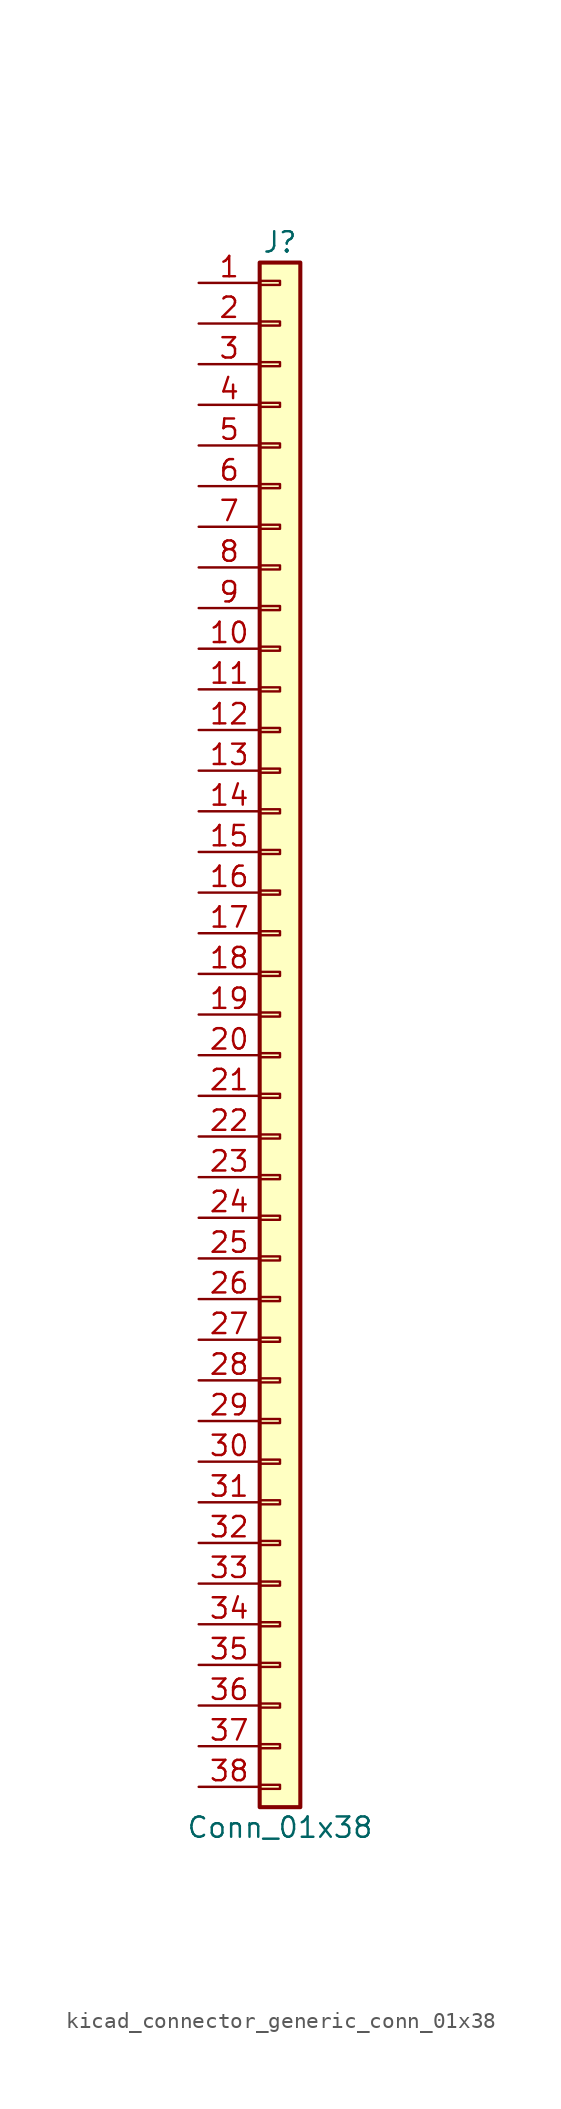
<source format=kicad_sym>
(kicad_symbol_lib
  (version 20220914)
  (generator kicad_symbol_editor)
  (symbol "kicad_connector_generic_conn_01x38"
    (pin_names
      (offset 1.016) hide)
    (property "Reference" "J"
      (at 0 48.26 0)
      (effects (font (size 1.27 1.27))))
    (property "Value" "Conn_01x38"
      (at 0 -50.8 0)
      (effects (font (size 1.27 1.27))))
    (symbol "kicad_connector_generic_conn_01x38_1_1"
      (rectangle (start -1.27 -48.133) (end 0 -48.387) (stroke (width 0.152) (type default)) (fill (type none)))
      (rectangle (start -1.27 -45.593) (end 0 -45.847) (stroke (width 0.152) (type default)) (fill (type none)))
      (rectangle (start -1.27 -43.053) (end 0 -43.307) (stroke (width 0.152) (type default)) (fill (type none)))
      (rectangle (start -1.27 -40.513) (end 0 -40.767) (stroke (width 0.152) (type default)) (fill (type none)))
      (rectangle (start -1.27 -37.973) (end 0 -38.227) (stroke (width 0.152) (type default)) (fill (type none)))
      (rectangle (start -1.27 -35.433) (end 0 -35.687) (stroke (width 0.152) (type default)) (fill (type none)))
      (rectangle (start -1.27 -32.893) (end 0 -33.147) (stroke (width 0.152) (type default)) (fill (type none)))
      (rectangle (start -1.27 -30.353) (end 0 -30.607) (stroke (width 0.152) (type default)) (fill (type none)))
      (rectangle (start -1.27 -27.813) (end 0 -28.067) (stroke (width 0.152) (type default)) (fill (type none)))
      (rectangle (start -1.27 -25.273) (end 0 -25.527) (stroke (width 0.152) (type default)) (fill (type none)))
      (rectangle (start -1.27 -22.733) (end 0 -22.987) (stroke (width 0.152) (type default)) (fill (type none)))
      (rectangle (start -1.27 -20.193) (end 0 -20.447) (stroke (width 0.152) (type default)) (fill (type none)))
      (rectangle (start -1.27 -17.653) (end 0 -17.907) (stroke (width 0.152) (type default)) (fill (type none)))
      (rectangle (start -1.27 -15.113) (end 0 -15.367) (stroke (width 0.152) (type default)) (fill (type none)))
      (rectangle (start -1.27 -12.573) (end 0 -12.827) (stroke (width 0.152) (type default)) (fill (type none)))
      (rectangle (start -1.27 -10.033) (end 0 -10.287) (stroke (width 0.152) (type default)) (fill (type none)))
      (rectangle (start -1.27 -7.493) (end 0 -7.747) (stroke (width 0.152) (type default)) (fill (type none)))
      (rectangle (start -1.27 -4.953) (end 0 -5.207) (stroke (width 0.152) (type default)) (fill (type none)))
      (rectangle (start -1.27 -2.413) (end 0 -2.667) (stroke (width 0.152) (type default)) (fill (type none)))
      (rectangle (start -1.27 0.127) (end 0 -0.127) (stroke (width 0.152) (type default)) (fill (type none)))
      (rectangle (start -1.27 2.667) (end 0 2.413) (stroke (width 0.152) (type default)) (fill (type none)))
      (rectangle (start -1.27 5.207) (end 0 4.953) (stroke (width 0.152) (type default)) (fill (type none)))
      (rectangle (start -1.27 7.747) (end 0 7.493) (stroke (width 0.152) (type default)) (fill (type none)))
      (rectangle (start -1.27 10.287) (end 0 10.033) (stroke (width 0.152) (type default)) (fill (type none)))
      (rectangle (start -1.27 12.827) (end 0 12.573) (stroke (width 0.152) (type default)) (fill (type none)))
      (rectangle (start -1.27 15.367) (end 0 15.113) (stroke (width 0.152) (type default)) (fill (type none)))
      (rectangle (start -1.27 17.907) (end 0 17.653) (stroke (width 0.152) (type default)) (fill (type none)))
      (rectangle (start -1.27 20.447) (end 0 20.193) (stroke (width 0.152) (type default)) (fill (type none)))
      (rectangle (start -1.27 22.987) (end 0 22.733) (stroke (width 0.152) (type default)) (fill (type none)))
      (rectangle (start -1.27 25.527) (end 0 25.273) (stroke (width 0.152) (type default)) (fill (type none)))
      (rectangle (start -1.27 28.067) (end 0 27.813) (stroke (width 0.152) (type default)) (fill (type none)))
      (rectangle (start -1.27 30.607) (end 0 30.353) (stroke (width 0.152) (type default)) (fill (type none)))
      (rectangle (start -1.27 33.147) (end 0 32.893) (stroke (width 0.152) (type default)) (fill (type none)))
      (rectangle (start -1.27 35.687) (end 0 35.433) (stroke (width 0.152) (type default)) (fill (type none)))
      (rectangle (start -1.27 38.227) (end 0 37.973) (stroke (width 0.152) (type default)) (fill (type none)))
      (rectangle (start -1.27 40.767) (end 0 40.513) (stroke (width 0.152) (type default)) (fill (type none)))
      (rectangle (start -1.27 43.307) (end 0 43.053) (stroke (width 0.152) (type default)) (fill (type none)))
      (rectangle (start -1.27 45.847) (end 0 45.593) (stroke (width 0.152) (type default)) (fill (type none)))
      (rectangle (start -1.27 46.99) (end 1.27 -49.53) (stroke (width 0.254) (type default)) (fill (type background)))
      (pin passive line (at -5.08 45.72 0) (length 3.81) (name "Pin_1" (effects (font (size 1.27 1.27)))) (number "1" (effects (font (size 1.27 1.27)))))
      (pin passive line (at -5.08 22.86 0) (length 3.81) (name "Pin_10" (effects (font (size 1.27 1.27)))) (number "10" (effects (font (size 1.27 1.27)))))
      (pin passive line (at -5.08 20.32 0) (length 3.81) (name "Pin_11" (effects (font (size 1.27 1.27)))) (number "11" (effects (font (size 1.27 1.27)))))
      (pin passive line (at -5.08 17.78 0) (length 3.81) (name "Pin_12" (effects (font (size 1.27 1.27)))) (number "12" (effects (font (size 1.27 1.27)))))
      (pin passive line (at -5.08 15.24 0) (length 3.81) (name "Pin_13" (effects (font (size 1.27 1.27)))) (number "13" (effects (font (size 1.27 1.27)))))
      (pin passive line (at -5.08 12.7 0) (length 3.81) (name "Pin_14" (effects (font (size 1.27 1.27)))) (number "14" (effects (font (size 1.27 1.27)))))
      (pin passive line (at -5.08 10.16 0) (length 3.81) (name "Pin_15" (effects (font (size 1.27 1.27)))) (number "15" (effects (font (size 1.27 1.27)))))
      (pin passive line (at -5.08 7.62 0) (length 3.81) (name "Pin_16" (effects (font (size 1.27 1.27)))) (number "16" (effects (font (size 1.27 1.27)))))
      (pin passive line (at -5.08 5.08 0) (length 3.81) (name "Pin_17" (effects (font (size 1.27 1.27)))) (number "17" (effects (font (size 1.27 1.27)))))
      (pin passive line (at -5.08 2.54 0) (length 3.81) (name "Pin_18" (effects (font (size 1.27 1.27)))) (number "18" (effects (font (size 1.27 1.27)))))
      (pin passive line (at -5.08 0 0) (length 3.81) (name "Pin_19" (effects (font (size 1.27 1.27)))) (number "19" (effects (font (size 1.27 1.27)))))
      (pin passive line (at -5.08 43.18 0) (length 3.81) (name "Pin_2" (effects (font (size 1.27 1.27)))) (number "2" (effects (font (size 1.27 1.27)))))
      (pin passive line (at -5.08 -2.54 0) (length 3.81) (name "Pin_20" (effects (font (size 1.27 1.27)))) (number "20" (effects (font (size 1.27 1.27)))))
      (pin passive line (at -5.08 -5.08 0) (length 3.81) (name "Pin_21" (effects (font (size 1.27 1.27)))) (number "21" (effects (font (size 1.27 1.27)))))
      (pin passive line (at -5.08 -7.62 0) (length 3.81) (name "Pin_22" (effects (font (size 1.27 1.27)))) (number "22" (effects (font (size 1.27 1.27)))))
      (pin passive line (at -5.08 -10.16 0) (length 3.81) (name "Pin_23" (effects (font (size 1.27 1.27)))) (number "23" (effects (font (size 1.27 1.27)))))
      (pin passive line (at -5.08 -12.7 0) (length 3.81) (name "Pin_24" (effects (font (size 1.27 1.27)))) (number "24" (effects (font (size 1.27 1.27)))))
      (pin passive line (at -5.08 -15.24 0) (length 3.81) (name "Pin_25" (effects (font (size 1.27 1.27)))) (number "25" (effects (font (size 1.27 1.27)))))
      (pin passive line (at -5.08 -17.78 0) (length 3.81) (name "Pin_26" (effects (font (size 1.27 1.27)))) (number "26" (effects (font (size 1.27 1.27)))))
      (pin passive line (at -5.08 -20.32 0) (length 3.81) (name "Pin_27" (effects (font (size 1.27 1.27)))) (number "27" (effects (font (size 1.27 1.27)))))
      (pin passive line (at -5.08 -22.86 0) (length 3.81) (name "Pin_28" (effects (font (size 1.27 1.27)))) (number "28" (effects (font (size 1.27 1.27)))))
      (pin passive line (at -5.08 -25.4 0) (length 3.81) (name "Pin_29" (effects (font (size 1.27 1.27)))) (number "29" (effects (font (size 1.27 1.27)))))
      (pin passive line (at -5.08 40.64 0) (length 3.81) (name "Pin_3" (effects (font (size 1.27 1.27)))) (number "3" (effects (font (size 1.27 1.27)))))
      (pin passive line (at -5.08 -27.94 0) (length 3.81) (name "Pin_30" (effects (font (size 1.27 1.27)))) (number "30" (effects (font (size 1.27 1.27)))))
      (pin passive line (at -5.08 -30.48 0) (length 3.81) (name "Pin_31" (effects (font (size 1.27 1.27)))) (number "31" (effects (font (size 1.27 1.27)))))
      (pin passive line (at -5.08 -33.02 0) (length 3.81) (name "Pin_32" (effects (font (size 1.27 1.27)))) (number "32" (effects (font (size 1.27 1.27)))))
      (pin passive line (at -5.08 -35.56 0) (length 3.81) (name "Pin_33" (effects (font (size 1.27 1.27)))) (number "33" (effects (font (size 1.27 1.27)))))
      (pin passive line (at -5.08 -38.1 0) (length 3.81) (name "Pin_34" (effects (font (size 1.27 1.27)))) (number "34" (effects (font (size 1.27 1.27)))))
      (pin passive line (at -5.08 -40.64 0) (length 3.81) (name "Pin_35" (effects (font (size 1.27 1.27)))) (number "35" (effects (font (size 1.27 1.27)))))
      (pin passive line (at -5.08 -43.18 0) (length 3.81) (name "Pin_36" (effects (font (size 1.27 1.27)))) (number "36" (effects (font (size 1.27 1.27)))))
      (pin passive line (at -5.08 -45.72 0) (length 3.81) (name "Pin_37" (effects (font (size 1.27 1.27)))) (number "37" (effects (font (size 1.27 1.27)))))
      (pin passive line (at -5.08 -48.26 0) (length 3.81) (name "Pin_38" (effects (font (size 1.27 1.27)))) (number "38" (effects (font (size 1.27 1.27)))))
      (pin passive line (at -5.08 38.1 0) (length 3.81) (name "Pin_4" (effects (font (size 1.27 1.27)))) (number "4" (effects (font (size 1.27 1.27)))))
      (pin passive line (at -5.08 35.56 0) (length 3.81) (name "Pin_5" (effects (font (size 1.27 1.27)))) (number "5" (effects (font (size 1.27 1.27)))))
      (pin passive line (at -5.08 33.02 0) (length 3.81) (name "Pin_6" (effects (font (size 1.27 1.27)))) (number "6" (effects (font (size 1.27 1.27)))))
      (pin passive line (at -5.08 30.48 0) (length 3.81) (name "Pin_7" (effects (font (size 1.27 1.27)))) (number "7" (effects (font (size 1.27 1.27)))))
      (pin passive line (at -5.08 27.94 0) (length 3.81) (name "Pin_8" (effects (font (size 1.27 1.27)))) (number "8" (effects (font (size 1.27 1.27)))))
      (pin passive line (at -5.08 25.4 0) (length 3.81) (name "Pin_9" (effects (font (size 1.27 1.27)))) (number "9" (effects (font (size 1.27 1.27))))))))
</source>
